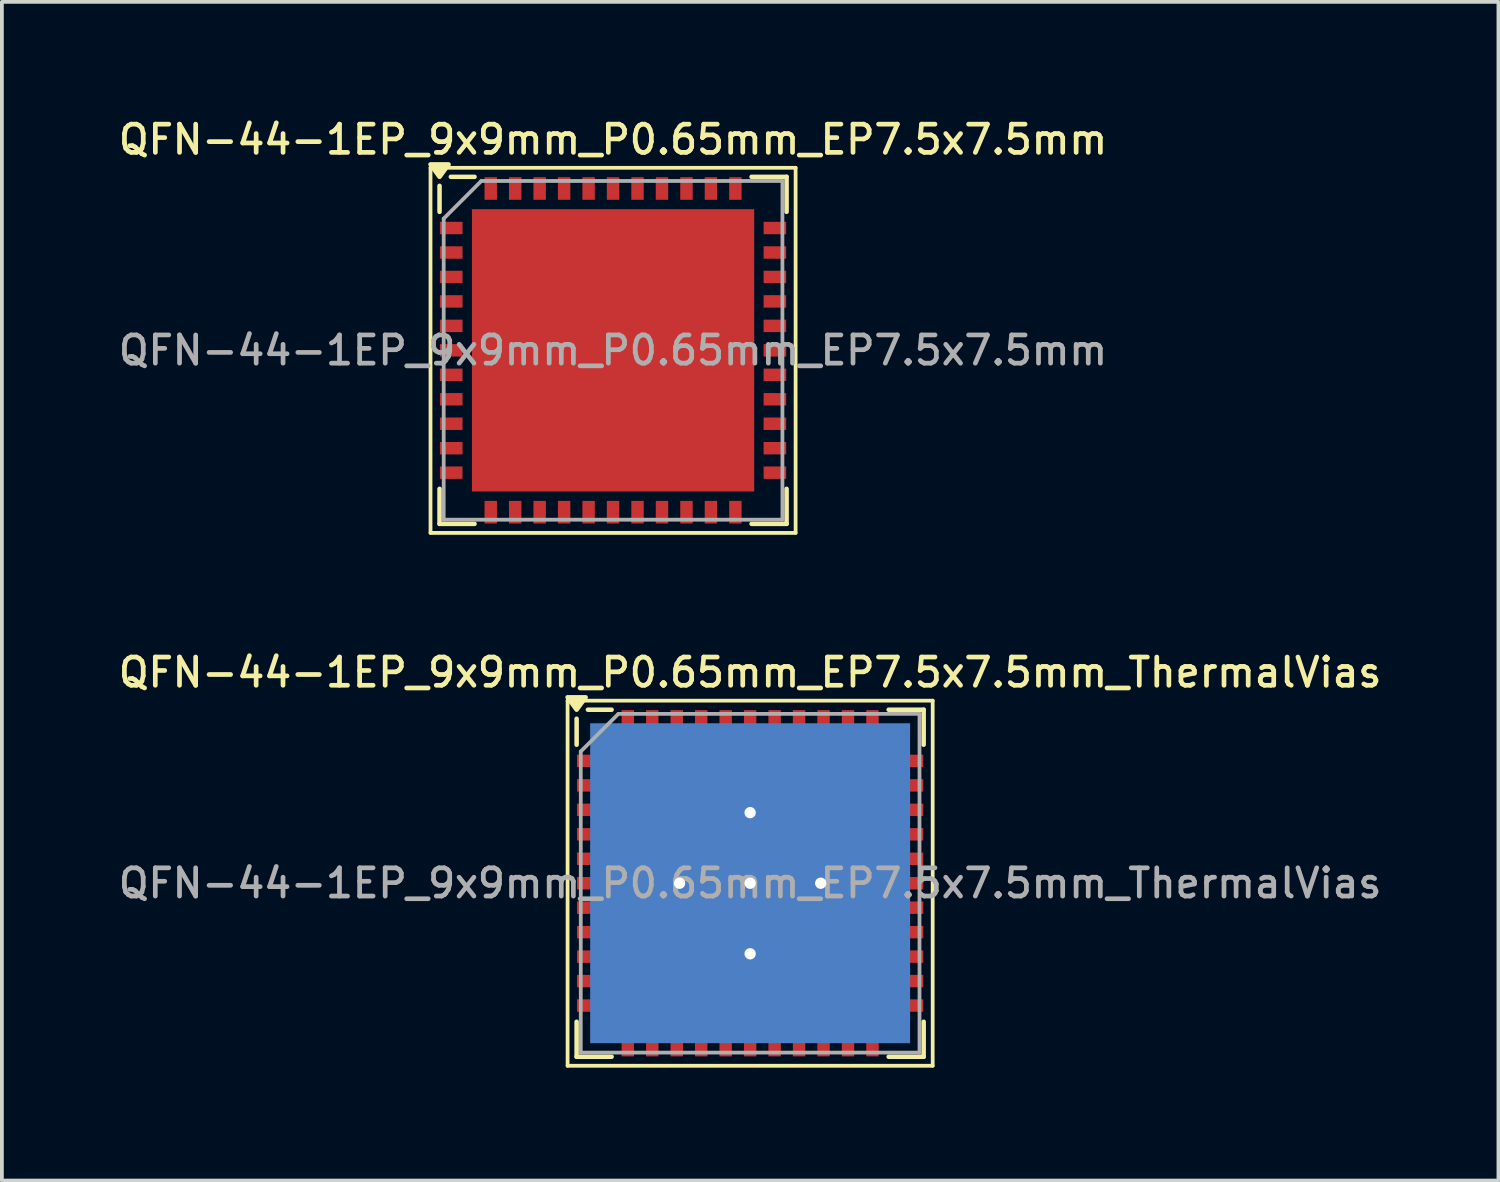
<source format=kicad_pcb>
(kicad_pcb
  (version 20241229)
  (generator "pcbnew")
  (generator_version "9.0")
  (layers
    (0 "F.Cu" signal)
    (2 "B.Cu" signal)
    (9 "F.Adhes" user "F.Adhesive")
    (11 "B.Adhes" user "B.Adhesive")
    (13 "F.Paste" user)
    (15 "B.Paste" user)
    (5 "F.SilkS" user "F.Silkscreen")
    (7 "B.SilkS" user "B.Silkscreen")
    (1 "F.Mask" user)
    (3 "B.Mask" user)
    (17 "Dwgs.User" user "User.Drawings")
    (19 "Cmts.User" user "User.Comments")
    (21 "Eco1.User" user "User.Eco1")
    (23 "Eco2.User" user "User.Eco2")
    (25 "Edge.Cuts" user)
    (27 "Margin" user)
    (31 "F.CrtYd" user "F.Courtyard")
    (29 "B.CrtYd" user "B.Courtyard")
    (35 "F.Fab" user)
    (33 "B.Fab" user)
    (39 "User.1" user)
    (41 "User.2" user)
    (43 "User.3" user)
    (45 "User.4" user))
  (footprint "QFN-44-1EP_9x9mm_P0.65mm_EP7.5x7.5mm_ThermalVias"
    (layer "F.Cu")
    (at 16.88 20.416)
    (property "Reference" "QFN-44-1EP_9x9mm_P0.65mm_EP7.5x7.5mm_ThermalVias" (at 0 -5.6 0) (layer "F.SilkS") (effects (font (size 0.75 0.75) (thickness 0.125))))
    (attr smd)
    (fp_line (start -4.85 -4.85) (end -4.85 4.85) (stroke (width 0.1) (type solid)) (layer "F.SilkS"))
    (fp_line (start -4.85 4.85) (end 4.85 4.85) (stroke (width 0.1) (type solid)) (layer "F.SilkS"))
    (fp_line (start -4.61 -4.37) (end -4.61 -3.68) (stroke (width 0.12) (type solid)) (layer "F.SilkS"))
    (fp_line (start -4.61 4.61) (end -4.61 3.68) (stroke (width 0.12) (type solid)) (layer "F.SilkS"))
    (fp_line (start -3.68 -4.61) (end -4.31 -4.61) (stroke (width 0.12) (type solid)) (layer "F.SilkS"))
    (fp_line (start -3.68 4.61) (end -4.61 4.61) (stroke (width 0.12) (type solid)) (layer "F.SilkS"))
    (fp_line (start 3.68 -4.61) (end 4.61 -4.61) (stroke (width 0.12) (type solid)) (layer "F.SilkS"))
    (fp_line (start 3.68 4.61) (end 4.61 4.61) (stroke (width 0.12) (type solid)) (layer "F.SilkS"))
    (fp_line (start 4.61 -4.61) (end 4.61 -3.68) (stroke (width 0.12) (type solid)) (layer "F.SilkS"))
    (fp_line (start 4.61 4.61) (end 4.61 3.68) (stroke (width 0.12) (type solid)) (layer "F.SilkS"))
    (fp_line (start 4.85 -4.85) (end -4.85 -4.85) (stroke (width 0.1) (type solid)) (layer "F.SilkS"))
    (fp_line (start 4.85 4.85) (end 4.85 -4.85) (stroke (width 0.1) (type solid)) (layer "F.SilkS"))
    (fp_poly (pts (xy -4.61 -4.61) (xy -4.85 -4.94) (xy -4.37 -4.94) (xy -4.61 -4.61)) (stroke (width 0.12) (type solid)) (fill yes) (layer "F.SilkS"))
    (fp_line (start -4.5 -3.5) (end -3.5 -4.5) (stroke (width 0.1) (type solid)) (layer "F.Fab"))
    (fp_line (start -4.5 4.5) (end -4.5 -3.5) (stroke (width 0.1) (type solid)) (layer "F.Fab"))
    (fp_line (start -3.5 -4.5) (end 4.5 -4.5) (stroke (width 0.1) (type solid)) (layer "F.Fab"))
    (fp_line (start 4.5 -4.5) (end 4.5 4.5) (stroke (width 0.1) (type solid)) (layer "F.Fab"))
    (fp_line (start 4.5 4.5) (end -4.5 4.5) (stroke (width 0.1) (type solid)) (layer "F.Fab"))
    (fp_text user "${REFERENCE}" (at 0 0 0) (layer "F.Fab") (effects (font (size 0.75 0.75) (thickness 0.125))))
    (pad "" smd rect (at -1.875 -1.875) (size 2.65 2.65) (layers "F.Paste"))
    (pad "" smd rect (at -1.875 1.875) (size 2.65 2.65) (layers "F.Paste"))
    (pad "" smd rect (at 1.875 -1.875) (size 2.65 2.65) (layers "F.Paste"))
    (pad "" smd rect (at 1.875 1.875) (size 2.65 2.65) (layers "F.Paste"))
    (pad "1" smd rect (at -4.3 -3.25) (size 0.6 0.33) (layers "F.Cu" "F.Mask" "F.Paste"))
    (pad "2" smd rect (at -4.3 -2.6) (size 0.6 0.33) (layers "F.Cu" "F.Mask" "F.Paste"))
    (pad "3" smd rect (at -4.3 -1.95) (size 0.6 0.33) (layers "F.Cu" "F.Mask" "F.Paste"))
    (pad "4" smd rect (at -4.3 -1.3) (size 0.6 0.33) (layers "F.Cu" "F.Mask" "F.Paste"))
    (pad "5" smd rect (at -4.3 -0.65) (size 0.6 0.33) (layers "F.Cu" "F.Mask" "F.Paste"))
    (pad "6" smd rect (at -4.3 0) (size 0.6 0.33) (layers "F.Cu" "F.Mask" "F.Paste"))
    (pad "7" smd rect (at -4.3 0.65) (size 0.6 0.33) (layers "F.Cu" "F.Mask" "F.Paste"))
    (pad "8" smd rect (at -4.3 1.3) (size 0.6 0.33) (layers "F.Cu" "F.Mask" "F.Paste"))
    (pad "9" smd rect (at -4.3 1.95) (size 0.6 0.33) (layers "F.Cu" "F.Mask" "F.Paste"))
    (pad "10" smd rect (at -4.3 2.6) (size 0.6 0.33) (layers "F.Cu" "F.Mask" "F.Paste"))
    (pad "11" smd rect (at -4.3 3.25) (size 0.6 0.33) (layers "F.Cu" "F.Mask" "F.Paste"))
    (pad "12" smd rect (at -3.25 4.3 90) (size 0.6 0.33) (layers "F.Cu" "F.Mask" "F.Paste"))
    (pad "13" smd rect (at -2.6 4.3 90) (size 0.6 0.33) (layers "F.Cu" "F.Mask" "F.Paste"))
    (pad "14" smd rect (at -1.95 4.3 90) (size 0.6 0.33) (layers "F.Cu" "F.Mask" "F.Paste"))
    (pad "15" smd rect (at -1.3 4.3 90) (size 0.6 0.33) (layers "F.Cu" "F.Mask" "F.Paste"))
    (pad "16" smd rect (at -0.65 4.3 90) (size 0.6 0.33) (layers "F.Cu" "F.Mask" "F.Paste"))
    (pad "17" smd rect (at 0 4.3 90) (size 0.6 0.33) (layers "F.Cu" "F.Mask" "F.Paste"))
    (pad "18" smd rect (at 0.65 4.3 90) (size 0.6 0.33) (layers "F.Cu" "F.Mask" "F.Paste"))
    (pad "19" smd rect (at 1.3 4.3 90) (size 0.6 0.33) (layers "F.Cu" "F.Mask" "F.Paste"))
    (pad "20" smd rect (at 1.95 4.3 90) (size 0.6 0.33) (layers "F.Cu" "F.Mask" "F.Paste"))
    (pad "21" smd rect (at 2.6 4.3 90) (size 0.6 0.33) (layers "F.Cu" "F.Mask" "F.Paste"))
    (pad "22" smd rect (at 3.25 4.3 90) (size 0.6 0.33) (layers "F.Cu" "F.Mask" "F.Paste"))
    (pad "23" smd rect (at 4.3 3.25) (size 0.6 0.33) (layers "F.Cu" "F.Mask" "F.Paste"))
    (pad "24" smd rect (at 4.3 2.6) (size 0.6 0.33) (layers "F.Cu" "F.Mask" "F.Paste"))
    (pad "25" smd rect (at 4.3 1.95) (size 0.6 0.33) (layers "F.Cu" "F.Mask" "F.Paste"))
    (pad "26" smd rect (at 4.3 1.3) (size 0.6 0.33) (layers "F.Cu" "F.Mask" "F.Paste"))
    (pad "27" smd rect (at 4.3 0.65) (size 0.6 0.33) (layers "F.Cu" "F.Mask" "F.Paste"))
    (pad "28" smd rect (at 4.3 0) (size 0.6 0.33) (layers "F.Cu" "F.Mask" "F.Paste"))
    (pad "29" smd rect (at 4.3 -0.65) (size 0.6 0.33) (layers "F.Cu" "F.Mask" "F.Paste"))
    (pad "30" smd rect (at 4.3 -1.3) (size 0.6 0.33) (layers "F.Cu" "F.Mask" "F.Paste"))
    (pad "31" smd rect (at 4.3 -1.95) (size 0.6 0.33) (layers "F.Cu" "F.Mask" "F.Paste"))
    (pad "32" smd rect (at 4.3 -2.6) (size 0.6 0.33) (layers "F.Cu" "F.Mask" "F.Paste"))
    (pad "33" smd rect (at 4.3 -3.25) (size 0.6 0.33) (layers "F.Cu" "F.Mask" "F.Paste"))
    (pad "34" smd rect (at 3.25 -4.3 90) (size 0.6 0.33) (layers "F.Cu" "F.Mask" "F.Paste"))
    (pad "35" smd rect (at 2.6 -4.3 90) (size 0.6 0.33) (layers "F.Cu" "F.Mask" "F.Paste"))
    (pad "36" smd rect (at 1.95 -4.3 90) (size 0.6 0.33) (layers "F.Cu" "F.Mask" "F.Paste"))
    (pad "37" smd rect (at 1.3 -4.3 90) (size 0.6 0.33) (layers "F.Cu" "F.Mask" "F.Paste"))
    (pad "38" smd rect (at 0.65 -4.3 90) (size 0.6 0.33) (layers "F.Cu" "F.Mask" "F.Paste"))
    (pad "39" smd rect (at 0 -4.3 90) (size 0.6 0.33) (layers "F.Cu" "F.Mask" "F.Paste"))
    (pad "40" smd rect (at -0.65 -4.3 90) (size 0.6 0.33) (layers "F.Cu" "F.Mask" "F.Paste"))
    (pad "41" smd rect (at -1.3 -4.3 90) (size 0.6 0.33) (layers "F.Cu" "F.Mask" "F.Paste"))
    (pad "42" smd rect (at -1.95 -4.3 90) (size 0.6 0.33) (layers "F.Cu" "F.Mask" "F.Paste"))
    (pad "43" smd rect (at -2.6 -4.3 90) (size 0.6 0.33) (layers "F.Cu" "F.Mask" "F.Paste"))
    (pad "44" smd rect (at -3.25 -4.3 90) (size 0.6 0.33) (layers "F.Cu" "F.Mask" "F.Paste"))
    (pad "45" thru_hole circle (at -1.875 0) (size 0.6 0.6) (drill 0.3) (layers "*.Cu"))
    (pad "45" thru_hole circle (at 0 -1.875) (size 0.6 0.6) (drill 0.3) (layers "*.Cu"))
    (pad "45" thru_hole circle (at 0 0) (size 0.6 0.6) (drill 0.3) (layers "*.Cu"))
    (pad "45" smd rect (at 0 0) (size 7.5 7.5) (layers "F.Cu" "F.Mask"))
    (pad "45" smd rect (at 0 0) (size 8.5 8.5) (layers "B.Cu"))
    (pad "45" thru_hole circle (at 0 1.875) (size 0.6 0.6) (drill 0.3) (layers "*.Cu"))
    (pad "45" thru_hole circle (at 1.875 0) (size 0.6 0.6) (drill 0.3) (layers "*.Cu")))
  (footprint "QFN-44-1EP_9x9mm_P0.65mm_EP7.5x7.5mm"
    (layer "F.Cu")
    (at 13.238 6.258)
    (property "Reference" "QFN-44-1EP_9x9mm_P0.65mm_EP7.5x7.5mm" (at 0 -5.6 0) (layer "F.SilkS") (effects (font (size 0.75 0.75) (thickness 0.125))))
    (attr smd)
    (fp_line (start -4.85 -4.85) (end -4.85 4.85) (stroke (width 0.1) (type solid)) (layer "F.SilkS"))
    (fp_line (start -4.85 4.85) (end 4.85 4.85) (stroke (width 0.1) (type solid)) (layer "F.SilkS"))
    (fp_line (start -4.61 -4.37) (end -4.61 -3.68) (stroke (width 0.12) (type solid)) (layer "F.SilkS"))
    (fp_line (start -4.61 4.61) (end -4.61 3.68) (stroke (width 0.12) (type solid)) (layer "F.SilkS"))
    (fp_line (start -3.68 -4.61) (end -4.31 -4.61) (stroke (width 0.12) (type solid)) (layer "F.SilkS"))
    (fp_line (start -3.68 4.61) (end -4.61 4.61) (stroke (width 0.12) (type solid)) (layer "F.SilkS"))
    (fp_line (start 3.68 -4.61) (end 4.61 -4.61) (stroke (width 0.12) (type solid)) (layer "F.SilkS"))
    (fp_line (start 3.68 4.61) (end 4.61 4.61) (stroke (width 0.12) (type solid)) (layer "F.SilkS"))
    (fp_line (start 4.61 -4.61) (end 4.61 -3.68) (stroke (width 0.12) (type solid)) (layer "F.SilkS"))
    (fp_line (start 4.61 4.61) (end 4.61 3.68) (stroke (width 0.12) (type solid)) (layer "F.SilkS"))
    (fp_line (start 4.85 -4.85) (end -4.85 -4.85) (stroke (width 0.1) (type solid)) (layer "F.SilkS"))
    (fp_line (start 4.85 4.85) (end 4.85 -4.85) (stroke (width 0.1) (type solid)) (layer "F.SilkS"))
    (fp_poly (pts (xy -4.61 -4.61) (xy -4.85 -4.94) (xy -4.37 -4.94) (xy -4.61 -4.61)) (stroke (width 0.12) (type solid)) (fill yes) (layer "F.SilkS"))
    (fp_line (start -4.5 -3.5) (end -3.5 -4.5) (stroke (width 0.1) (type solid)) (layer "F.Fab"))
    (fp_line (start -4.5 4.5) (end -4.5 -3.5) (stroke (width 0.1) (type solid)) (layer "F.Fab"))
    (fp_line (start -3.5 -4.5) (end 4.5 -4.5) (stroke (width 0.1) (type solid)) (layer "F.Fab"))
    (fp_line (start 4.5 -4.5) (end 4.5 4.5) (stroke (width 0.1) (type solid)) (layer "F.Fab"))
    (fp_line (start 4.5 4.5) (end -4.5 4.5) (stroke (width 0.1) (type solid)) (layer "F.Fab"))
    (fp_text user "${REFERENCE}" (at 0 0 0) (layer "F.Fab") (effects (font (size 0.75 0.75) (thickness 0.125))))
    (pad "" smd rect (at -1.875 -1.875) (size 2.65 2.65) (layers "F.Paste"))
    (pad "" smd rect (at -1.875 1.875) (size 2.65 2.65) (layers "F.Paste"))
    (pad "" smd rect (at 1.875 -1.875) (size 2.65 2.65) (layers "F.Paste"))
    (pad "" smd rect (at 1.875 1.875) (size 2.65 2.65) (layers "F.Paste"))
    (pad "1" smd rect (at -4.3 -3.25) (size 0.6 0.33) (layers "F.Cu" "F.Mask" "F.Paste"))
    (pad "2" smd rect (at -4.3 -2.6) (size 0.6 0.33) (layers "F.Cu" "F.Mask" "F.Paste"))
    (pad "3" smd rect (at -4.3 -1.95) (size 0.6 0.33) (layers "F.Cu" "F.Mask" "F.Paste"))
    (pad "4" smd rect (at -4.3 -1.3) (size 0.6 0.33) (layers "F.Cu" "F.Mask" "F.Paste"))
    (pad "5" smd rect (at -4.3 -0.65) (size 0.6 0.33) (layers "F.Cu" "F.Mask" "F.Paste"))
    (pad "6" smd rect (at -4.3 0) (size 0.6 0.33) (layers "F.Cu" "F.Mask" "F.Paste"))
    (pad "7" smd rect (at -4.3 0.65) (size 0.6 0.33) (layers "F.Cu" "F.Mask" "F.Paste"))
    (pad "8" smd rect (at -4.3 1.3) (size 0.6 0.33) (layers "F.Cu" "F.Mask" "F.Paste"))
    (pad "9" smd rect (at -4.3 1.95) (size 0.6 0.33) (layers "F.Cu" "F.Mask" "F.Paste"))
    (pad "10" smd rect (at -4.3 2.6) (size 0.6 0.33) (layers "F.Cu" "F.Mask" "F.Paste"))
    (pad "11" smd rect (at -4.3 3.25) (size 0.6 0.33) (layers "F.Cu" "F.Mask" "F.Paste"))
    (pad "12" smd rect (at -3.25 4.3 90) (size 0.6 0.33) (layers "F.Cu" "F.Mask" "F.Paste"))
    (pad "13" smd rect (at -2.6 4.3 90) (size 0.6 0.33) (layers "F.Cu" "F.Mask" "F.Paste"))
    (pad "14" smd rect (at -1.95 4.3 90) (size 0.6 0.33) (layers "F.Cu" "F.Mask" "F.Paste"))
    (pad "15" smd rect (at -1.3 4.3 90) (size 0.6 0.33) (layers "F.Cu" "F.Mask" "F.Paste"))
    (pad "16" smd rect (at -0.65 4.3 90) (size 0.6 0.33) (layers "F.Cu" "F.Mask" "F.Paste"))
    (pad "17" smd rect (at 0 4.3 90) (size 0.6 0.33) (layers "F.Cu" "F.Mask" "F.Paste"))
    (pad "18" smd rect (at 0.65 4.3 90) (size 0.6 0.33) (layers "F.Cu" "F.Mask" "F.Paste"))
    (pad "19" smd rect (at 1.3 4.3 90) (size 0.6 0.33) (layers "F.Cu" "F.Mask" "F.Paste"))
    (pad "20" smd rect (at 1.95 4.3 90) (size 0.6 0.33) (layers "F.Cu" "F.Mask" "F.Paste"))
    (pad "21" smd rect (at 2.6 4.3 90) (size 0.6 0.33) (layers "F.Cu" "F.Mask" "F.Paste"))
    (pad "22" smd rect (at 3.25 4.3 90) (size 0.6 0.33) (layers "F.Cu" "F.Mask" "F.Paste"))
    (pad "23" smd rect (at 4.3 3.25) (size 0.6 0.33) (layers "F.Cu" "F.Mask" "F.Paste"))
    (pad "24" smd rect (at 4.3 2.6) (size 0.6 0.33) (layers "F.Cu" "F.Mask" "F.Paste"))
    (pad "25" smd rect (at 4.3 1.95) (size 0.6 0.33) (layers "F.Cu" "F.Mask" "F.Paste"))
    (pad "26" smd rect (at 4.3 1.3) (size 0.6 0.33) (layers "F.Cu" "F.Mask" "F.Paste"))
    (pad "27" smd rect (at 4.3 0.65) (size 0.6 0.33) (layers "F.Cu" "F.Mask" "F.Paste"))
    (pad "28" smd rect (at 4.3 0) (size 0.6 0.33) (layers "F.Cu" "F.Mask" "F.Paste"))
    (pad "29" smd rect (at 4.3 -0.65) (size 0.6 0.33) (layers "F.Cu" "F.Mask" "F.Paste"))
    (pad "30" smd rect (at 4.3 -1.3) (size 0.6 0.33) (layers "F.Cu" "F.Mask" "F.Paste"))
    (pad "31" smd rect (at 4.3 -1.95) (size 0.6 0.33) (layers "F.Cu" "F.Mask" "F.Paste"))
    (pad "32" smd rect (at 4.3 -2.6) (size 0.6 0.33) (layers "F.Cu" "F.Mask" "F.Paste"))
    (pad "33" smd rect (at 4.3 -3.25) (size 0.6 0.33) (layers "F.Cu" "F.Mask" "F.Paste"))
    (pad "34" smd rect (at 3.25 -4.3 90) (size 0.6 0.33) (layers "F.Cu" "F.Mask" "F.Paste"))
    (pad "35" smd rect (at 2.6 -4.3 90) (size 0.6 0.33) (layers "F.Cu" "F.Mask" "F.Paste"))
    (pad "36" smd rect (at 1.95 -4.3 90) (size 0.6 0.33) (layers "F.Cu" "F.Mask" "F.Paste"))
    (pad "37" smd rect (at 1.3 -4.3 90) (size 0.6 0.33) (layers "F.Cu" "F.Mask" "F.Paste"))
    (pad "38" smd rect (at 0.65 -4.3 90) (size 0.6 0.33) (layers "F.Cu" "F.Mask" "F.Paste"))
    (pad "39" smd rect (at 0 -4.3 90) (size 0.6 0.33) (layers "F.Cu" "F.Mask" "F.Paste"))
    (pad "40" smd rect (at -0.65 -4.3 90) (size 0.6 0.33) (layers "F.Cu" "F.Mask" "F.Paste"))
    (pad "41" smd rect (at -1.3 -4.3 90) (size 0.6 0.33) (layers "F.Cu" "F.Mask" "F.Paste"))
    (pad "42" smd rect (at -1.95 -4.3 90) (size 0.6 0.33) (layers "F.Cu" "F.Mask" "F.Paste"))
    (pad "43" smd rect (at -2.6 -4.3 90) (size 0.6 0.33) (layers "F.Cu" "F.Mask" "F.Paste"))
    (pad "44" smd rect (at -3.25 -4.3 90) (size 0.6 0.33) (layers "F.Cu" "F.Mask" "F.Paste"))
    (pad "45" smd rect (at 0 0) (size 7.5 7.5) (layers "F.Cu" "F.Mask")))
  (gr_rect
    (start -3 -3)
    (end 36.761 28.316)
    (stroke (width 0.1) (type default))
    (fill no)
    (layer "Edge.Cuts")))
</source>
